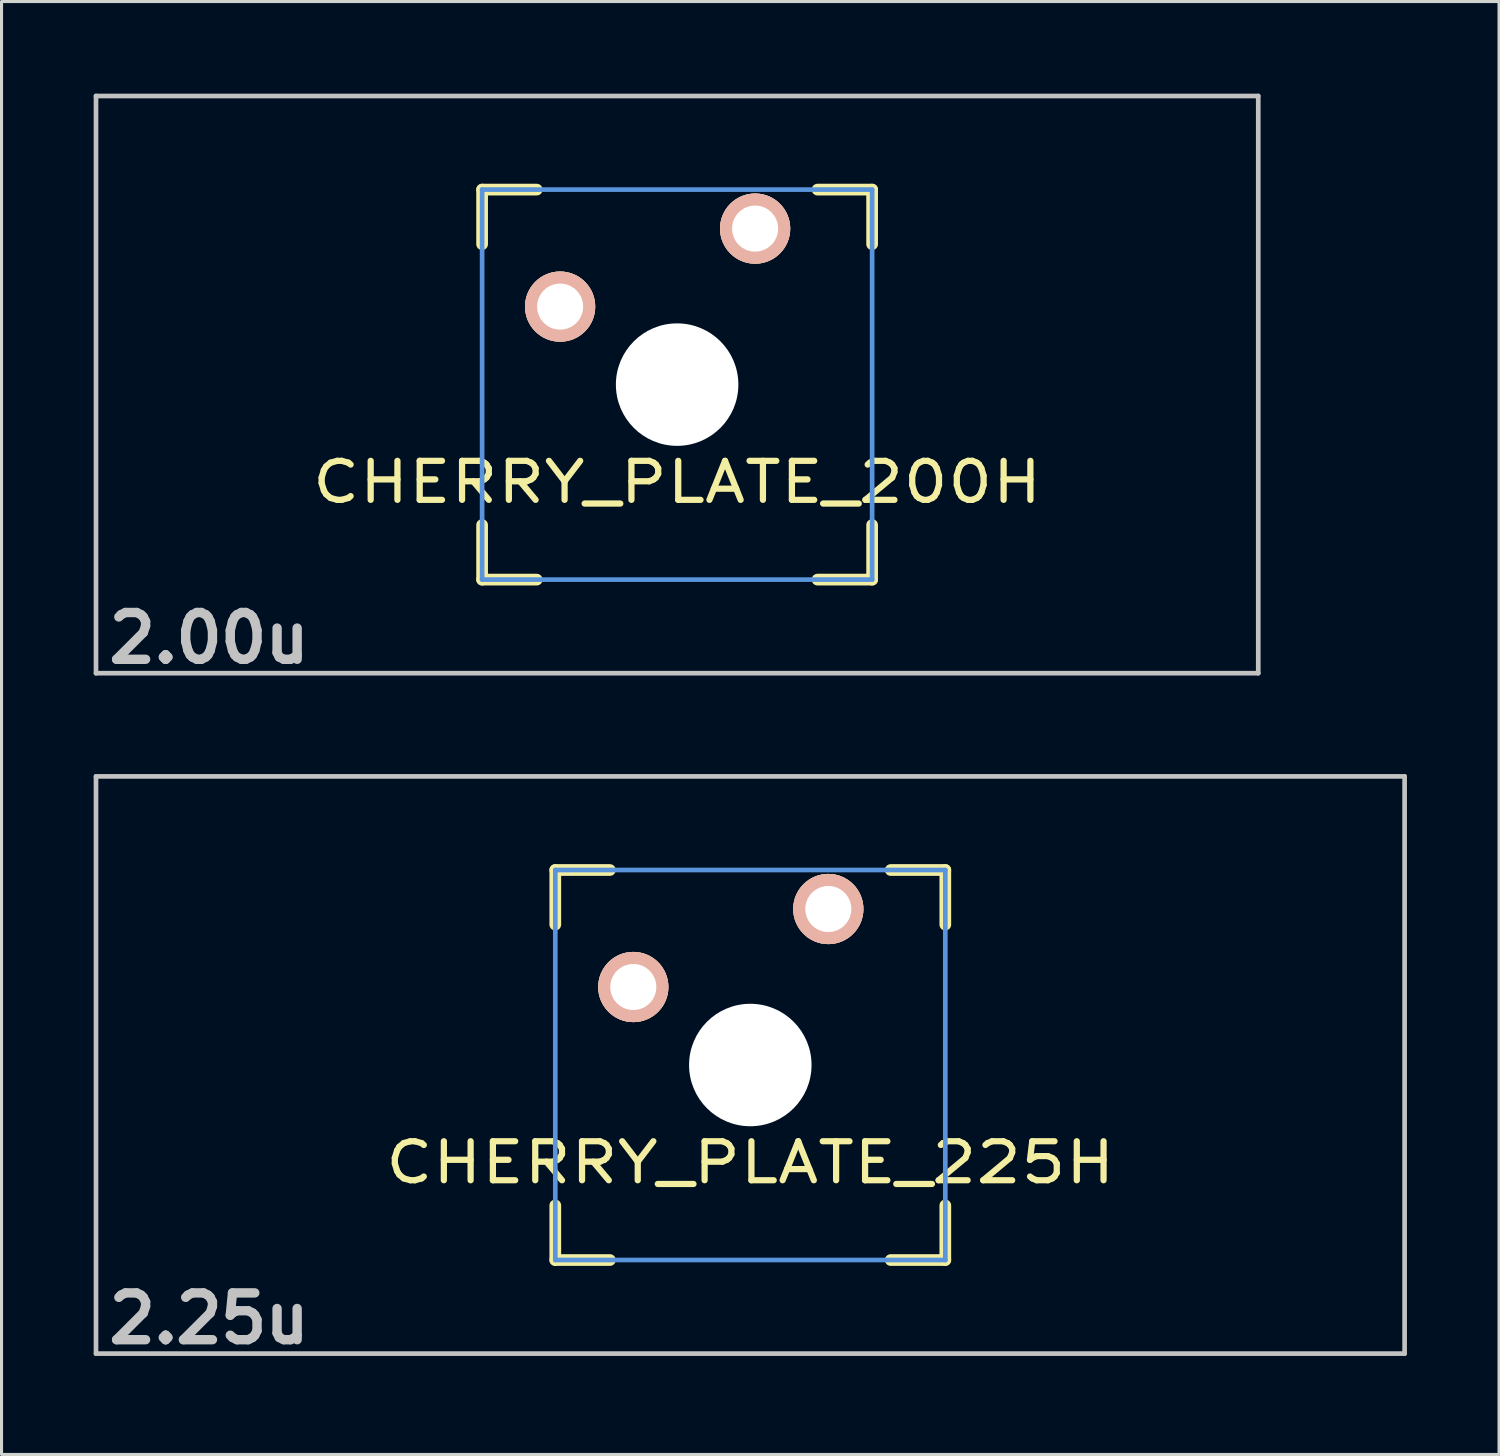
<source format=kicad_pcb>
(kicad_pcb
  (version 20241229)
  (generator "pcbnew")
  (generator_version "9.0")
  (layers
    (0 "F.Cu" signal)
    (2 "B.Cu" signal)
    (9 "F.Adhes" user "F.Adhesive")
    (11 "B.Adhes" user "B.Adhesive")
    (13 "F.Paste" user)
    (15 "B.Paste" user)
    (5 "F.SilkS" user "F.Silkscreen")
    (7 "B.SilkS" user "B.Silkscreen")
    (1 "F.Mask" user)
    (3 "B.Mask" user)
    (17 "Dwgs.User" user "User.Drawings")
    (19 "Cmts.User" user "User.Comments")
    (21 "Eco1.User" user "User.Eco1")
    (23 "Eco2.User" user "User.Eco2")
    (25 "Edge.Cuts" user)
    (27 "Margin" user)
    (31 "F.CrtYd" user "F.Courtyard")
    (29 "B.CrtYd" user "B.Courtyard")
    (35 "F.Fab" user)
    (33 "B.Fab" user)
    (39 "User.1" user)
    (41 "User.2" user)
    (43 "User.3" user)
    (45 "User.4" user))
  (footprint "CHERRY_PLATE_225H"
    (layer "F.Cu")
    (at 21.382 31.63)
    (property "Reference" "CHERRY_PLATE_225H" (at 0 3.175 0) (layer "F.SilkS") (effects (font (size 1.27 1.524) (thickness 0.203))))
    (attr through_hole)
    (fp_line (start -6.35 -6.35) (end -4.572 -6.35) (stroke (width 0.381) (type solid)) (layer "F.SilkS"))
    (fp_line (start -6.35 -4.572) (end -6.35 -6.35) (stroke (width 0.381) (type solid)) (layer "F.SilkS"))
    (fp_line (start -6.35 6.35) (end -6.35 4.572) (stroke (width 0.381) (type solid)) (layer "F.SilkS"))
    (fp_line (start -4.572 6.35) (end -6.35 6.35) (stroke (width 0.381) (type solid)) (layer "F.SilkS"))
    (fp_line (start 4.572 -6.35) (end 6.35 -6.35) (stroke (width 0.381) (type solid)) (layer "F.SilkS"))
    (fp_line (start 6.35 -6.35) (end 6.35 -4.572) (stroke (width 0.381) (type solid)) (layer "F.SilkS"))
    (fp_line (start 6.35 4.572) (end 6.35 6.35) (stroke (width 0.381) (type solid)) (layer "F.SilkS"))
    (fp_line (start 6.35 6.35) (end 4.572 6.35) (stroke (width 0.381) (type solid)) (layer "F.SilkS"))
    (fp_line (start -21.306 -9.398) (end 21.306 -9.398) (stroke (width 0.152) (type solid)) (layer "Dwgs.User"))
    (fp_line (start -21.306 9.398) (end -21.306 -9.398) (stroke (width 0.152) (type solid)) (layer "Dwgs.User"))
    (fp_line (start 21.306 -9.398) (end 21.306 9.398) (stroke (width 0.152) (type solid)) (layer "Dwgs.User"))
    (fp_line (start 21.306 9.398) (end -21.306 9.398) (stroke (width 0.152) (type solid)) (layer "Dwgs.User"))
    (fp_line (start -6.35 -6.35) (end 6.35 -6.35) (stroke (width 0.152) (type solid)) (layer "Cmts.User"))
    (fp_line (start -6.35 6.35) (end -6.35 -6.35) (stroke (width 0.152) (type solid)) (layer "Cmts.User"))
    (fp_line (start 6.35 -6.35) (end 6.35 6.35) (stroke (width 0.152) (type solid)) (layer "Cmts.User"))
    (fp_line (start 6.35 6.35) (end -6.35 6.35) (stroke (width 0.152) (type solid)) (layer "Cmts.User"))
    (fp_text user "2.25u" (at -17.623 8.255 0) (layer "Dwgs.User") (effects (font (size 1.524 1.524) (thickness 0.305))))
    (pad "" np_thru_hole circle (at 0 0) (size 3.988 3.988) (drill 3.988) (layers "*.Cu"))
    (pad "1" thru_hole circle (at 2.54 -5.08) (size 2.286 2.286) (drill 1.499) (layers "*.Cu" "*.SilkS" "*.Mask"))
    (pad "2" thru_hole circle (at -3.81 -2.54) (size 2.286 2.286) (drill 1.499) (layers "*.Cu" "*.SilkS" "*.Mask")))
  (footprint "CHERRY_PLATE_200H"
    (layer "F.Cu")
    (at 18.999 9.474)
    (property "Reference" "CHERRY_PLATE_200H" (at 0 3.175 0) (layer "F.SilkS") (effects (font (size 1.27 1.524) (thickness 0.203))))
    (attr through_hole)
    (fp_line (start -6.35 -6.35) (end -4.572 -6.35) (stroke (width 0.381) (type solid)) (layer "F.SilkS"))
    (fp_line (start -6.35 -4.572) (end -6.35 -6.35) (stroke (width 0.381) (type solid)) (layer "F.SilkS"))
    (fp_line (start -6.35 6.35) (end -6.35 4.572) (stroke (width 0.381) (type solid)) (layer "F.SilkS"))
    (fp_line (start -4.572 6.35) (end -6.35 6.35) (stroke (width 0.381) (type solid)) (layer "F.SilkS"))
    (fp_line (start 4.572 -6.35) (end 6.35 -6.35) (stroke (width 0.381) (type solid)) (layer "F.SilkS"))
    (fp_line (start 6.35 -6.35) (end 6.35 -4.572) (stroke (width 0.381) (type solid)) (layer "F.SilkS"))
    (fp_line (start 6.35 4.572) (end 6.35 6.35) (stroke (width 0.381) (type solid)) (layer "F.SilkS"))
    (fp_line (start 6.35 6.35) (end 4.572 6.35) (stroke (width 0.381) (type solid)) (layer "F.SilkS"))
    (fp_line (start -18.923 -9.398) (end 18.923 -9.398) (stroke (width 0.152) (type solid)) (layer "Dwgs.User"))
    (fp_line (start -18.923 9.398) (end -18.923 -9.398) (stroke (width 0.152) (type solid)) (layer "Dwgs.User"))
    (fp_line (start 18.923 -9.398) (end 18.923 9.398) (stroke (width 0.152) (type solid)) (layer "Dwgs.User"))
    (fp_line (start 18.923 9.398) (end -18.923 9.398) (stroke (width 0.152) (type solid)) (layer "Dwgs.User"))
    (fp_line (start -6.35 -6.35) (end 6.35 -6.35) (stroke (width 0.152) (type solid)) (layer "Cmts.User"))
    (fp_line (start -6.35 6.35) (end -6.35 -6.35) (stroke (width 0.152) (type solid)) (layer "Cmts.User"))
    (fp_line (start 6.35 -6.35) (end 6.35 6.35) (stroke (width 0.152) (type solid)) (layer "Cmts.User"))
    (fp_line (start 6.35 6.35) (end -6.35 6.35) (stroke (width 0.152) (type solid)) (layer "Cmts.User"))
    (fp_text user "2.00u" (at -15.24 8.255 0) (layer "Dwgs.User") (effects (font (size 1.524 1.524) (thickness 0.305))))
    (pad "" np_thru_hole circle (at 0 0) (size 3.988 3.988) (drill 3.988) (layers "*.Cu"))
    (pad "1" thru_hole circle (at 2.54 -5.08) (size 2.286 2.286) (drill 1.499) (layers "*.Cu" "*.SilkS" "*.Mask"))
    (pad "2" thru_hole circle (at -3.81 -2.54) (size 2.286 2.286) (drill 1.499) (layers "*.Cu" "*.SilkS" "*.Mask")))
  (gr_rect
    (start -3 -3)
    (end 45.763 44.311)
    (stroke (width 0.1) (type default))
    (fill no)
    (layer "Edge.Cuts")))
</source>
